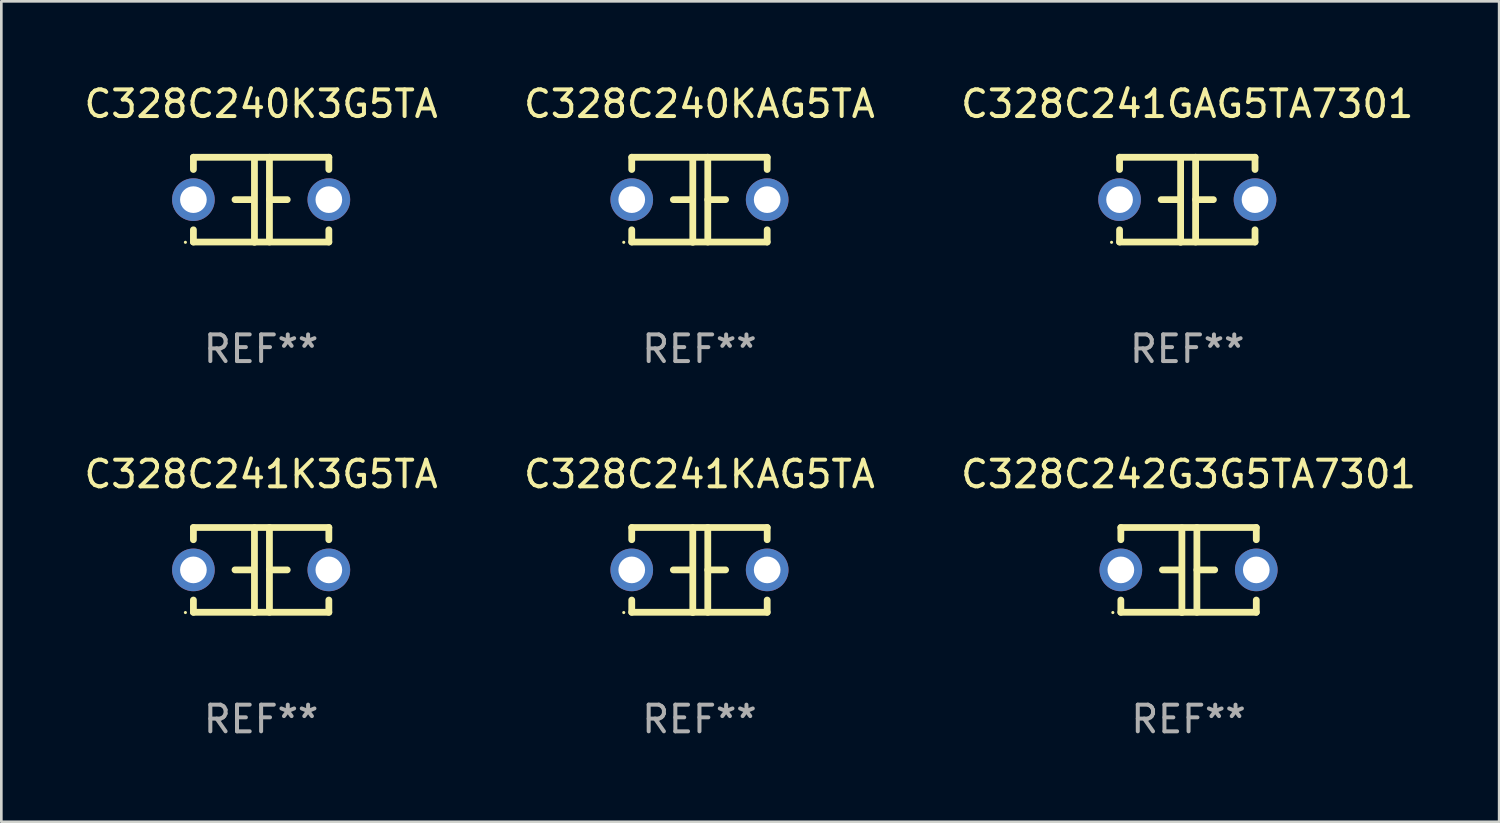
<source format=kicad_pcb>
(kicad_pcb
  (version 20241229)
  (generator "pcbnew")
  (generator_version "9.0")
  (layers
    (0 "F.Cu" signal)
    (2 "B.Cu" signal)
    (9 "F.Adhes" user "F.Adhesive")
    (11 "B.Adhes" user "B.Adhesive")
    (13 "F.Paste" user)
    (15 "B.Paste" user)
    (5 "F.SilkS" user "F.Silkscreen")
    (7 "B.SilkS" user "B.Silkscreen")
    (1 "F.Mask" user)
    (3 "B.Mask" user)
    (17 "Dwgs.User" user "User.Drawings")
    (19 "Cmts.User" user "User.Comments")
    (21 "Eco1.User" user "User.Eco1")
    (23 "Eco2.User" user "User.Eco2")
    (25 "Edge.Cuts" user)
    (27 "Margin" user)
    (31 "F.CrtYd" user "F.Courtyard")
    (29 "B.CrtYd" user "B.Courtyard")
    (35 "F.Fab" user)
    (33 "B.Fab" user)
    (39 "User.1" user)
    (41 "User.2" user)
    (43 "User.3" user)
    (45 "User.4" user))
  (footprint "C328C241GAG5TA7301"
    (layer "F.Cu")
    (at 41.482 4.443)
    (property "Reference" "C328C241GAG5TA7301" (at 0 -3.595 0) (layer "F.SilkS") (effects (font (size 1 1) (thickness 0.15))))
    (attr through_hole)
    (fp_line (start -2.54 -1.595) (end -2.54 -1.136) (stroke (width 0.254) (type solid)) (layer "F.SilkS"))
    (fp_line (start -2.54 -1.595) (end 2.54 -1.595) (stroke (width 0.254) (type solid)) (layer "F.SilkS"))
    (fp_line (start -2.54 1.126) (end -2.54 1.585) (stroke (width 0.254) (type solid)) (layer "F.SilkS"))
    (fp_line (start -0.312 -0.005) (end -0.98 -0.005) (stroke (width 0.254) (type solid)) (layer "F.SilkS"))
    (fp_line (start -0.25 -1.585) (end -0.25 1.595) (stroke (width 0.254) (type solid)) (layer "F.SilkS"))
    (fp_line (start 0.312 -1.595) (end 0.312 1.585) (stroke (width 0.254) (type solid)) (layer "F.SilkS"))
    (fp_line (start 0.312 -0.005) (end 0.98 -0.005) (stroke (width 0.254) (type solid)) (layer "F.SilkS"))
    (fp_line (start 2.54 -1.595) (end 2.54 -1.136) (stroke (width 0.254) (type solid)) (layer "F.SilkS"))
    (fp_line (start 2.54 1.126) (end 2.54 1.585) (stroke (width 0.254) (type solid)) (layer "F.SilkS"))
    (fp_line (start 2.54 1.585) (end -2.54 1.585) (stroke (width 0.254) (type solid)) (layer "F.SilkS"))
    (fp_circle (center -2.84 1.595) (end -2.81 1.595) (stroke (width 0.06) (type solid)) (fill no) (layer "F.SilkS"))
    (fp_text user "REF**" (at 0 5.595 0) (layer "F.Fab") (effects (font (size 1 1) (thickness 0.15))))
    (pad "1" thru_hole circle (at -2.54 -0.005) (size 1.6 1.6) (drill 1) (layers "*.Cu" "*.Mask"))
    (pad "2" thru_hole circle (at 2.54 -0.005) (size 1.6 1.6) (drill 1) (layers "*.Cu" "*.Mask")))
  (footprint "C328C242G3G5TA7301"
    (layer "F.Cu")
    (at 41.53 18.33)
    (property "Reference" "C328C242G3G5TA7301" (at 0 -3.595 0) (layer "F.SilkS") (effects (font (size 1 1) (thickness 0.15))))
    (attr through_hole)
    (fp_line (start -2.54 -1.595) (end -2.54 -1.136) (stroke (width 0.254) (type solid)) (layer "F.SilkS"))
    (fp_line (start -2.54 -1.595) (end 2.54 -1.595) (stroke (width 0.254) (type solid)) (layer "F.SilkS"))
    (fp_line (start -2.54 1.126) (end -2.54 1.585) (stroke (width 0.254) (type solid)) (layer "F.SilkS"))
    (fp_line (start -0.312 -0.005) (end -0.98 -0.005) (stroke (width 0.254) (type solid)) (layer "F.SilkS"))
    (fp_line (start -0.25 -1.585) (end -0.25 1.595) (stroke (width 0.254) (type solid)) (layer "F.SilkS"))
    (fp_line (start 0.312 -1.595) (end 0.312 1.585) (stroke (width 0.254) (type solid)) (layer "F.SilkS"))
    (fp_line (start 0.312 -0.005) (end 0.98 -0.005) (stroke (width 0.254) (type solid)) (layer "F.SilkS"))
    (fp_line (start 2.54 -1.595) (end 2.54 -1.136) (stroke (width 0.254) (type solid)) (layer "F.SilkS"))
    (fp_line (start 2.54 1.126) (end 2.54 1.585) (stroke (width 0.254) (type solid)) (layer "F.SilkS"))
    (fp_line (start 2.54 1.585) (end -2.54 1.585) (stroke (width 0.254) (type solid)) (layer "F.SilkS"))
    (fp_circle (center -2.84 1.595) (end -2.81 1.595) (stroke (width 0.06) (type solid)) (fill no) (layer "F.SilkS"))
    (fp_text user "REF**" (at 0 5.595 0) (layer "F.Fab") (effects (font (size 1 1) (thickness 0.15))))
    (pad "1" thru_hole circle (at -2.54 -0.005) (size 1.6 1.6) (drill 1) (layers "*.Cu" "*.Mask"))
    (pad "2" thru_hole circle (at 2.54 -0.005) (size 1.6 1.6) (drill 1) (layers "*.Cu" "*.Mask")))
  (footprint "C328C240KAG5TA"
    (layer "F.Cu")
    (at 23.185 4.443)
    (property "Reference" "C328C240KAG5TA" (at 0 -3.595 0) (layer "F.SilkS") (effects (font (size 1 1) (thickness 0.15))))
    (attr through_hole)
    (fp_line (start -2.54 -1.595) (end -2.54 -1.136) (stroke (width 0.254) (type solid)) (layer "F.SilkS"))
    (fp_line (start -2.54 -1.595) (end 2.54 -1.595) (stroke (width 0.254) (type solid)) (layer "F.SilkS"))
    (fp_line (start -2.54 1.126) (end -2.54 1.585) (stroke (width 0.254) (type solid)) (layer "F.SilkS"))
    (fp_line (start -0.312 -0.005) (end -0.98 -0.005) (stroke (width 0.254) (type solid)) (layer "F.SilkS"))
    (fp_line (start -0.25 -1.585) (end -0.25 1.595) (stroke (width 0.254) (type solid)) (layer "F.SilkS"))
    (fp_line (start 0.312 -1.595) (end 0.312 1.585) (stroke (width 0.254) (type solid)) (layer "F.SilkS"))
    (fp_line (start 0.312 -0.005) (end 0.98 -0.005) (stroke (width 0.254) (type solid)) (layer "F.SilkS"))
    (fp_line (start 2.54 -1.595) (end 2.54 -1.136) (stroke (width 0.254) (type solid)) (layer "F.SilkS"))
    (fp_line (start 2.54 1.126) (end 2.54 1.585) (stroke (width 0.254) (type solid)) (layer "F.SilkS"))
    (fp_line (start 2.54 1.585) (end -2.54 1.585) (stroke (width 0.254) (type solid)) (layer "F.SilkS"))
    (fp_circle (center -2.84 1.595) (end -2.81 1.595) (stroke (width 0.06) (type solid)) (fill no) (layer "F.SilkS"))
    (fp_text user "REF**" (at 0 5.595 0) (layer "F.Fab") (effects (font (size 1 1) (thickness 0.15))))
    (pad "1" thru_hole circle (at -2.54 -0.005) (size 1.6 1.6) (drill 1) (layers "*.Cu" "*.Mask"))
    (pad "2" thru_hole circle (at 2.54 -0.005) (size 1.6 1.6) (drill 1) (layers "*.Cu" "*.Mask")))
  (footprint "C328C241K3G5TA"
    (layer "F.Cu")
    (at 6.744 18.33)
    (property "Reference" "C328C241K3G5TA" (at 0 -3.595 0) (layer "F.SilkS") (effects (font (size 1 1) (thickness 0.15))))
    (attr through_hole)
    (fp_line (start -2.54 -1.595) (end -2.54 -1.136) (stroke (width 0.254) (type solid)) (layer "F.SilkS"))
    (fp_line (start -2.54 -1.595) (end 2.54 -1.595) (stroke (width 0.254) (type solid)) (layer "F.SilkS"))
    (fp_line (start -2.54 1.126) (end -2.54 1.585) (stroke (width 0.254) (type solid)) (layer "F.SilkS"))
    (fp_line (start -0.312 -0.005) (end -0.98 -0.005) (stroke (width 0.254) (type solid)) (layer "F.SilkS"))
    (fp_line (start -0.25 -1.585) (end -0.25 1.595) (stroke (width 0.254) (type solid)) (layer "F.SilkS"))
    (fp_line (start 0.312 -1.595) (end 0.312 1.585) (stroke (width 0.254) (type solid)) (layer "F.SilkS"))
    (fp_line (start 0.312 -0.005) (end 0.98 -0.005) (stroke (width 0.254) (type solid)) (layer "F.SilkS"))
    (fp_line (start 2.54 -1.595) (end 2.54 -1.136) (stroke (width 0.254) (type solid)) (layer "F.SilkS"))
    (fp_line (start 2.54 1.126) (end 2.54 1.585) (stroke (width 0.254) (type solid)) (layer "F.SilkS"))
    (fp_line (start 2.54 1.585) (end -2.54 1.585) (stroke (width 0.254) (type solid)) (layer "F.SilkS"))
    (fp_circle (center -2.84 1.595) (end -2.81 1.595) (stroke (width 0.06) (type solid)) (fill no) (layer "F.SilkS"))
    (fp_text user "REF**" (at 0 5.595 0) (layer "F.Fab") (effects (font (size 1 1) (thickness 0.15))))
    (pad "1" thru_hole circle (at -2.54 -0.005) (size 1.6 1.6) (drill 1) (layers "*.Cu" "*.Mask"))
    (pad "2" thru_hole circle (at 2.54 -0.005) (size 1.6 1.6) (drill 1) (layers "*.Cu" "*.Mask")))
  (footprint "C328C241KAG5TA"
    (layer "F.Cu")
    (at 23.185 18.33)
    (property "Reference" "C328C241KAG5TA" (at 0 -3.595 0) (layer "F.SilkS") (effects (font (size 1 1) (thickness 0.15))))
    (attr through_hole)
    (fp_line (start -2.54 -1.595) (end -2.54 -1.136) (stroke (width 0.254) (type solid)) (layer "F.SilkS"))
    (fp_line (start -2.54 -1.595) (end 2.54 -1.595) (stroke (width 0.254) (type solid)) (layer "F.SilkS"))
    (fp_line (start -2.54 1.126) (end -2.54 1.585) (stroke (width 0.254) (type solid)) (layer "F.SilkS"))
    (fp_line (start -0.312 -0.005) (end -0.98 -0.005) (stroke (width 0.254) (type solid)) (layer "F.SilkS"))
    (fp_line (start -0.25 -1.585) (end -0.25 1.595) (stroke (width 0.254) (type solid)) (layer "F.SilkS"))
    (fp_line (start 0.312 -1.595) (end 0.312 1.585) (stroke (width 0.254) (type solid)) (layer "F.SilkS"))
    (fp_line (start 0.312 -0.005) (end 0.98 -0.005) (stroke (width 0.254) (type solid)) (layer "F.SilkS"))
    (fp_line (start 2.54 -1.595) (end 2.54 -1.136) (stroke (width 0.254) (type solid)) (layer "F.SilkS"))
    (fp_line (start 2.54 1.126) (end 2.54 1.585) (stroke (width 0.254) (type solid)) (layer "F.SilkS"))
    (fp_line (start 2.54 1.585) (end -2.54 1.585) (stroke (width 0.254) (type solid)) (layer "F.SilkS"))
    (fp_circle (center -2.84 1.595) (end -2.81 1.595) (stroke (width 0.06) (type solid)) (fill no) (layer "F.SilkS"))
    (fp_text user "REF**" (at 0 5.595 0) (layer "F.Fab") (effects (font (size 1 1) (thickness 0.15))))
    (pad "1" thru_hole circle (at -2.54 -0.005) (size 1.6 1.6) (drill 1) (layers "*.Cu" "*.Mask"))
    (pad "2" thru_hole circle (at 2.54 -0.005) (size 1.6 1.6) (drill 1) (layers "*.Cu" "*.Mask")))
  (footprint "C328C240K3G5TA"
    (layer "F.Cu")
    (at 6.744 4.443)
    (property "Reference" "C328C240K3G5TA" (at 0 -3.595 0) (layer "F.SilkS") (effects (font (size 1 1) (thickness 0.15))))
    (attr through_hole)
    (fp_line (start -2.54 -1.595) (end -2.54 -1.136) (stroke (width 0.254) (type solid)) (layer "F.SilkS"))
    (fp_line (start -2.54 -1.595) (end 2.54 -1.595) (stroke (width 0.254) (type solid)) (layer "F.SilkS"))
    (fp_line (start -2.54 1.126) (end -2.54 1.585) (stroke (width 0.254) (type solid)) (layer "F.SilkS"))
    (fp_line (start -0.312 -0.005) (end -0.98 -0.005) (stroke (width 0.254) (type solid)) (layer "F.SilkS"))
    (fp_line (start -0.25 -1.585) (end -0.25 1.595) (stroke (width 0.254) (type solid)) (layer "F.SilkS"))
    (fp_line (start 0.312 -1.595) (end 0.312 1.585) (stroke (width 0.254) (type solid)) (layer "F.SilkS"))
    (fp_line (start 0.312 -0.005) (end 0.98 -0.005) (stroke (width 0.254) (type solid)) (layer "F.SilkS"))
    (fp_line (start 2.54 -1.595) (end 2.54 -1.136) (stroke (width 0.254) (type solid)) (layer "F.SilkS"))
    (fp_line (start 2.54 1.126) (end 2.54 1.585) (stroke (width 0.254) (type solid)) (layer "F.SilkS"))
    (fp_line (start 2.54 1.585) (end -2.54 1.585) (stroke (width 0.254) (type solid)) (layer "F.SilkS"))
    (fp_circle (center -2.84 1.595) (end -2.81 1.595) (stroke (width 0.06) (type solid)) (fill no) (layer "F.SilkS"))
    (fp_text user "REF**" (at 0 5.595 0) (layer "F.Fab") (effects (font (size 1 1) (thickness 0.15))))
    (pad "1" thru_hole circle (at -2.54 -0.005) (size 1.6 1.6) (drill 1) (layers "*.Cu" "*.Mask"))
    (pad "2" thru_hole circle (at 2.54 -0.005) (size 1.6 1.6) (drill 1) (layers "*.Cu" "*.Mask")))
  (gr_rect
    (start -3 -3)
    (end 53.179 27.773)
    (stroke (width 0.1) (type default))
    (fill no)
    (layer "Edge.Cuts")))
</source>
